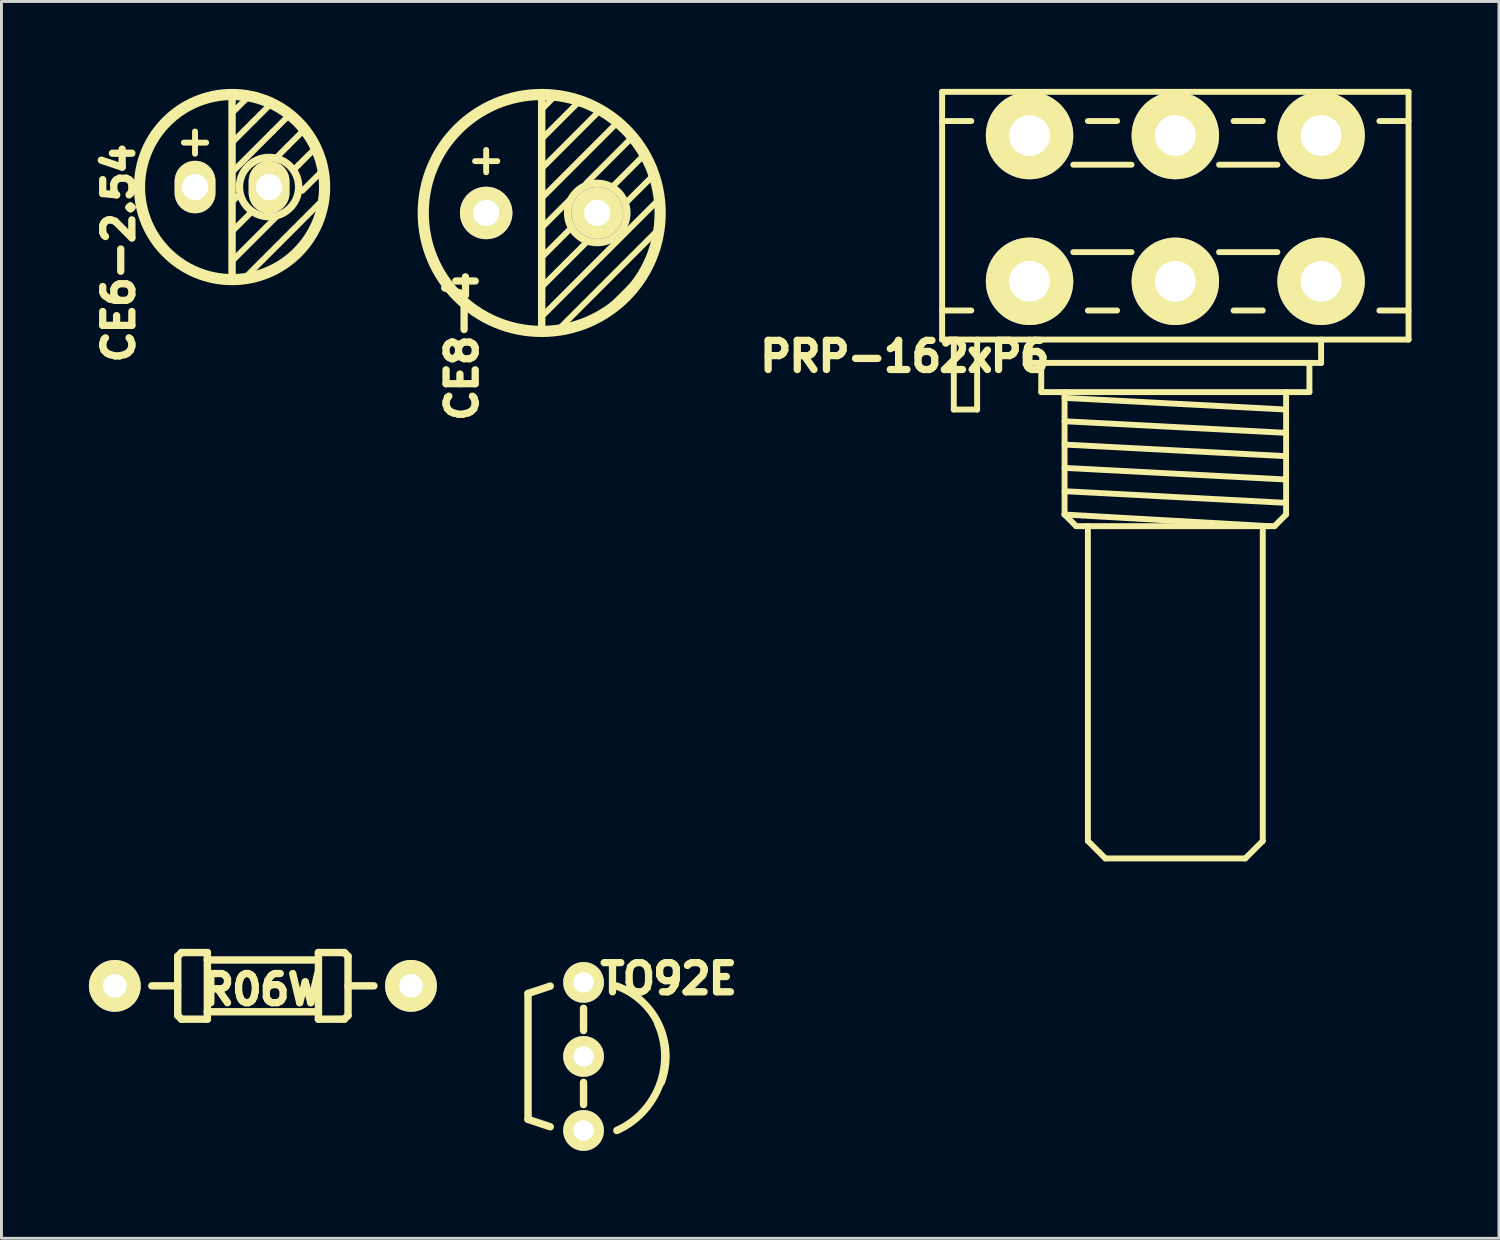
<source format=kicad_pcb>
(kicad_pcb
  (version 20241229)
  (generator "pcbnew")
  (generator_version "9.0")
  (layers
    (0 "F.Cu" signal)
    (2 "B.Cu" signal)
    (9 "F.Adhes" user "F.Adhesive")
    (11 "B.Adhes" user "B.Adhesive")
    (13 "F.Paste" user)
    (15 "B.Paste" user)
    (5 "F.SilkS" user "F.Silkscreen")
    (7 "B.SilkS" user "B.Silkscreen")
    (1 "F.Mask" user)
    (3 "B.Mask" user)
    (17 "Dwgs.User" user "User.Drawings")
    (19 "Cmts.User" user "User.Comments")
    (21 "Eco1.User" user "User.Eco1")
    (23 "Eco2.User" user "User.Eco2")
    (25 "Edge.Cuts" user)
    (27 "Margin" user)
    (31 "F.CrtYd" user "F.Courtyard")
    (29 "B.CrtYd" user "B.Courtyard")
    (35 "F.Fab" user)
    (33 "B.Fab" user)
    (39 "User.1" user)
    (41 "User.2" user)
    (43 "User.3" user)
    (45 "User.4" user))
  (footprint "TO92E"
    (layer "F.Cu")
    (at 16.97 33.193)
    (property "Reference" "TO92E" (at 2.921 -2.667 0) (layer "F.SilkS") (effects (font (size 1 1) (thickness 0.25))))
    (attr through_hole)
    (fp_line (start -1.905 -2.159) (end -1.905 2.159) (stroke (width 0.254) (type solid)) (layer "F.SilkS"))
    (fp_line (start -1.905 -2.159) (end -1.143 -2.413) (stroke (width 0.254) (type solid)) (layer "F.SilkS"))
    (fp_line (start -1.905 2.159) (end -1.143 2.413) (stroke (width 0.254) (type solid)) (layer "F.SilkS"))
    (fp_line (start 0 -1.651) (end 0 -0.889) (stroke (width 0.254) (type solid)) (layer "F.SilkS"))
    (fp_line (start 0 1.651) (end 0 0.889) (stroke (width 0.254) (type solid)) (layer "F.SilkS"))
    (fp_arc (start 1.143 -2.413) (mid 2.588867 -1.077631) (end 2.667 0.889) (stroke (width 0.254) (type solid)) (layer "F.SilkS"))
    (fp_arc (start 2.54 -1.143) (mid 2.604274 0.987828) (end 1.143 2.54) (stroke (width 0.254) (type solid)) (layer "F.SilkS"))
    (pad "1" thru_hole circle (at 0 -2.54) (size 1.397 1.397) (drill 0.701) (layers "*.Cu" "*.Mask" "F.SilkS"))
    (pad "2" thru_hole circle (at 0 0) (size 1.397 1.397) (drill 0.701) (layers "*.Cu" "*.Mask" "F.SilkS"))
    (pad "3" thru_hole circle (at 0 2.54) (size 1.397 1.397) (drill 0.701) (layers "*.Cu" "*.Mask" "F.SilkS")))
  (footprint "R06W"
    (layer "F.Cu")
    (at 5.969 30.772)
    (property "Reference" "R06W" (at 0 0.127 0) (layer "F.SilkS") (effects (font (size 1 1) (thickness 0.25))))
    (attr through_hole)
    (fp_line (start -2.921 -1.016) (end -2.921 1.016) (stroke (width 0.254) (type solid)) (layer "F.SilkS"))
    (fp_line (start -2.921 0) (end -3.81 0) (stroke (width 0.254) (type solid)) (layer "F.SilkS"))
    (fp_line (start -2.794 -1.143) (end -2.921 -1.016) (stroke (width 0.254) (type solid)) (layer "F.SilkS"))
    (fp_line (start -2.794 1.143) (end -2.921 1.016) (stroke (width 0.254) (type solid)) (layer "F.SilkS"))
    (fp_line (start -1.905 -1.143) (end -2.794 -1.143) (stroke (width 0.254) (type solid)) (layer "F.SilkS"))
    (fp_line (start -1.905 -0.889) (end -1.905 -1.143) (stroke (width 0.254) (type solid)) (layer "F.SilkS"))
    (fp_line (start -1.905 -0.889) (end -1.905 0.889) (stroke (width 0.254) (type solid)) (layer "F.SilkS"))
    (fp_line (start -1.905 0.889) (end -1.905 1.143) (stroke (width 0.254) (type solid)) (layer "F.SilkS"))
    (fp_line (start -1.905 0.889) (end 1.905 0.889) (stroke (width 0.254) (type solid)) (layer "F.SilkS"))
    (fp_line (start -1.905 1.143) (end -2.794 1.143) (stroke (width 0.254) (type solid)) (layer "F.SilkS"))
    (fp_line (start 1.905 -0.889) (end -1.905 -0.889) (stroke (width 0.254) (type solid)) (layer "F.SilkS"))
    (fp_line (start 1.905 -0.889) (end 1.905 -1.143) (stroke (width 0.254) (type solid)) (layer "F.SilkS"))
    (fp_line (start 1.905 -0.889) (end 1.905 0.889) (stroke (width 0.254) (type solid)) (layer "F.SilkS"))
    (fp_line (start 1.905 0.889) (end 1.905 1.143) (stroke (width 0.254) (type solid)) (layer "F.SilkS"))
    (fp_line (start 1.905 1.143) (end 2.794 1.143) (stroke (width 0.254) (type solid)) (layer "F.SilkS"))
    (fp_line (start 2.794 -1.143) (end 1.905 -1.143) (stroke (width 0.254) (type solid)) (layer "F.SilkS"))
    (fp_line (start 2.794 1.143) (end 2.921 1.016) (stroke (width 0.254) (type solid)) (layer "F.SilkS"))
    (fp_line (start 2.921 -1.016) (end 2.794 -1.143) (stroke (width 0.254) (type solid)) (layer "F.SilkS"))
    (fp_line (start 2.921 0) (end 3.81 0) (stroke (width 0.254) (type solid)) (layer "F.SilkS"))
    (fp_line (start 2.921 1.016) (end 2.921 -1.016) (stroke (width 0.254) (type solid)) (layer "F.SilkS"))
    (pad "1" thru_hole circle (at -5.08 0) (size 1.778 1.778) (drill 0.813) (layers "*.Cu" "*.Mask" "F.SilkS"))
    (pad "2" thru_hole circle (at 5.08 0) (size 1.778 1.778) (drill 0.813) (layers "*.Cu" "*.Mask" "F.SilkS")))
  (footprint "CE6-2.54"
    (layer "F.Cu")
    (at 4.911 3.367)
    (property "Reference" "CE6-2.54" (at -3.887 2.269 90) (layer "F.SilkS") (effects (font (size 1 1) (thickness 0.25))))
    (attr through_hole)
    (fp_line (start -1.651 -1.524) (end -0.889 -1.524) (stroke (width 0.203) (type solid)) (layer "F.SilkS"))
    (fp_line (start -1.27 -1.905) (end -1.27 -1.143) (stroke (width 0.203) (type solid)) (layer "F.SilkS"))
    (fp_line (start 0 -2.54) (end 0.508 -3.048) (stroke (width 0.203) (type solid)) (layer "F.SilkS"))
    (fp_line (start 0 -1.524) (end 0.762 -2.286) (stroke (width 0.203) (type solid)) (layer "F.SilkS"))
    (fp_line (start 0 -0.508) (end 1.397 -1.905) (stroke (width 0.203) (type solid)) (layer "F.SilkS"))
    (fp_line (start 0 0.508) (end 0.254 0.254) (stroke (width 0.203) (type solid)) (layer "F.SilkS"))
    (fp_line (start 0 1.524) (end 0.635 0.889) (stroke (width 0.203) (type solid)) (layer "F.SilkS"))
    (fp_line (start 0 2.54) (end 1.524 1.016) (stroke (width 0.203) (type solid)) (layer "F.SilkS"))
    (fp_line (start 0 3.175) (end 0 -3.175) (stroke (width 0.254) (type solid)) (layer "F.SilkS"))
    (fp_line (start 0.508 3.048) (end 3.048 0.508) (stroke (width 0.203) (type solid)) (layer "F.SilkS"))
    (fp_line (start 0.762 -2.286) (end 1.27 -2.794) (stroke (width 0.203) (type solid)) (layer "F.SilkS"))
    (fp_line (start 1.397 -1.905) (end 1.905 -2.413) (stroke (width 0.203) (type solid)) (layer "F.SilkS"))
    (fp_line (start 1.524 -1.016) (end 1.905 -1.397) (stroke (width 0.203) (type solid)) (layer "F.SilkS"))
    (fp_line (start 1.905 -1.397) (end 2.413 -1.905) (stroke (width 0.203) (type solid)) (layer "F.SilkS"))
    (fp_line (start 2.159 -0.635) (end 2.286 -0.762) (stroke (width 0.203) (type solid)) (layer "F.SilkS"))
    (fp_line (start 2.286 -0.762) (end 2.794 -1.27) (stroke (width 0.203) (type solid)) (layer "F.SilkS"))
    (fp_line (start 2.413 0.127) (end 3.048 -0.508) (stroke (width 0.203) (type solid)) (layer "F.SilkS"))
    (fp_circle (center 0 0) (end -3.175 0) (stroke (width 0.384) (type solid)) (fill no) (layer "F.SilkS"))
    (fp_circle (center 1.27 0) (end 2.286 0) (stroke (width 0.254) (type solid)) (fill no) (layer "F.SilkS"))
    (pad "1" thru_hole oval (at -1.27 0) (size 1.4 1.8) (drill 0.9) (layers "*.Cu" "*.Mask" "F.SilkS"))
    (pad "2" thru_hole oval (at 1.27 0) (size 1.4 1.8) (drill 0.9) (layers "*.Cu" "*.Mask" "F.SilkS")))
  (footprint "CE8-4"
    (layer "F.Cu")
    (at 15.534 4.256)
    (property "Reference" "CE8-4" (at -2.731 4.572 90) (layer "F.SilkS") (effects (font (size 1 1) (thickness 0.25))))
    (attr through_hole)
    (fp_line (start -2.286 -1.778) (end -1.524 -1.778) (stroke (width 0.203) (type solid)) (layer "F.SilkS"))
    (fp_line (start -1.905 -2.159) (end -1.905 -1.397) (stroke (width 0.203) (type solid)) (layer "F.SilkS"))
    (fp_line (start 0 -4.064) (end 0 4.064) (stroke (width 0.254) (type solid)) (layer "F.SilkS"))
    (fp_line (start 0 -3.556) (end 0.381 -3.937) (stroke (width 0.203) (type solid)) (layer "F.SilkS"))
    (fp_line (start 0 -2.54) (end 1.27 -3.81) (stroke (width 0.203) (type solid)) (layer "F.SilkS"))
    (fp_line (start 0 -1.524) (end 1.905 -3.429) (stroke (width 0.203) (type solid)) (layer "F.SilkS"))
    (fp_line (start 0 -0.508) (end 2.54 -3.048) (stroke (width 0.203) (type solid)) (layer "F.SilkS"))
    (fp_line (start 0 0.508) (end 1.016 -0.508) (stroke (width 0.203) (type solid)) (layer "F.SilkS"))
    (fp_line (start 0 1.524) (end 1.016 0.508) (stroke (width 0.203) (type solid)) (layer "F.SilkS"))
    (fp_line (start 0 2.54) (end 1.524 1.016) (stroke (width 0.203) (type solid)) (layer "F.SilkS"))
    (fp_line (start 0 3.556) (end 3.937 -0.381) (stroke (width 0.203) (type solid)) (layer "F.SilkS"))
    (fp_line (start 0.635 3.937) (end 3.937 0.635) (stroke (width 0.203) (type solid)) (layer "F.SilkS"))
    (fp_line (start 1.524 -1.016) (end 3.048 -2.54) (stroke (width 0.203) (type solid)) (layer "F.SilkS"))
    (fp_line (start 2.413 -0.889) (end 3.429 -1.905) (stroke (width 0.203) (type solid)) (layer "F.SilkS"))
    (fp_line (start 2.413 3.175) (end 3.175 2.413) (stroke (width 0.203) (type solid)) (layer "F.SilkS"))
    (fp_line (start 2.921 -0.381) (end 3.81 -1.27) (stroke (width 0.203) (type solid)) (layer "F.SilkS"))
    (fp_circle (center 0 0) (end -4.064 0) (stroke (width 0.384) (type solid)) (fill no) (layer "F.SilkS"))
    (fp_circle (center 1.905 0) (end 2.921 0) (stroke (width 0.254) (type solid)) (fill no) (layer "F.SilkS"))
    (pad "1" thru_hole circle (at -1.905 0) (size 1.8 1.8) (drill 0.9) (layers "*.Cu" "*.Mask" "F.SilkS"))
    (pad "2" thru_hole circle (at 1.905 0) (size 1.778 1.778) (drill 0.899) (layers "*.Cu" "*.Mask" "F.SilkS")))
  (footprint "PRP-162xP6"
    (layer "F.Cu")
    (at 37.272 6.601)
    (property "Reference" "PRP-162xP6" (at -9.279 2.576 0) (layer "F.SilkS") (effects (font (size 1 1) (thickness 0.25))))
    (attr through_hole)
    (fp_line (start -8.001 -6.5) (end -8.001 1.999) (stroke (width 0.203) (type solid)) (layer "F.SilkS"))
    (fp_line (start -8.001 -5.499) (end -7 -5.499) (stroke (width 0.203) (type solid)) (layer "F.SilkS"))
    (fp_line (start -8.001 1.999) (end 8.001 1.999) (stroke (width 0.203) (type solid)) (layer "F.SilkS"))
    (fp_line (start -7.6 4.399) (end -7.6 1.999) (stroke (width 0.203) (type solid)) (layer "F.SilkS"))
    (fp_line (start -7.6 4.399) (end -6.8 4.399) (stroke (width 0.203) (type solid)) (layer "F.SilkS"))
    (fp_line (start -7 1.001) (end -8.001 1.001) (stroke (width 0.203) (type solid)) (layer "F.SilkS"))
    (fp_line (start -6.8 4.399) (end -6.8 1.999) (stroke (width 0.203) (type solid)) (layer "F.SilkS"))
    (fp_line (start -5.001 1.999) (end -5.001 2.799) (stroke (width 0.203) (type solid)) (layer "F.SilkS"))
    (fp_line (start -5.001 2.799) (end 5.001 2.799) (stroke (width 0.203) (type solid)) (layer "F.SilkS"))
    (fp_line (start -4.6 2.799) (end -4.6 3.8) (stroke (width 0.203) (type solid)) (layer "F.SilkS"))
    (fp_line (start -4.6 3.8) (end 4.6 3.8) (stroke (width 0.203) (type solid)) (layer "F.SilkS"))
    (fp_line (start -3.8 8.001) (end -3.8 3.8) (stroke (width 0.203) (type solid)) (layer "F.SilkS"))
    (fp_line (start -3.8 8.001) (end 3.2 8.4) (stroke (width 0.203) (type solid)) (layer "F.SilkS"))
    (fp_line (start -3.5 -4) (end -1.501 -4) (stroke (width 0.203) (type solid)) (layer "F.SilkS"))
    (fp_line (start -3.401 8.4) (end -3.8 8.001) (stroke (width 0.203) (type solid)) (layer "F.SilkS"))
    (fp_line (start -3.401 8.4) (end 3.401 8.4) (stroke (width 0.203) (type solid)) (layer "F.SilkS"))
    (fp_line (start -3 -5.499) (end -1.999 -5.499) (stroke (width 0.203) (type solid)) (layer "F.SilkS"))
    (fp_line (start -3 19.2) (end -3 8.4) (stroke (width 0.203) (type solid)) (layer "F.SilkS"))
    (fp_line (start -3 19.2) (end -2.4 19.799) (stroke (width 0.203) (type solid)) (layer "F.SilkS"))
    (fp_line (start -1.999 1.001) (end -3 1.001) (stroke (width 0.203) (type solid)) (layer "F.SilkS"))
    (fp_line (start -1.501 -1.001) (end -3.5 -1.001) (stroke (width 0.203) (type solid)) (layer "F.SilkS"))
    (fp_line (start 1.501 -4) (end 3.5 -4) (stroke (width 0.203) (type solid)) (layer "F.SilkS"))
    (fp_line (start 1.999 -5.499) (end 3 -5.499) (stroke (width 0.203) (type solid)) (layer "F.SilkS"))
    (fp_line (start 2.4 19.799) (end -2.4 19.799) (stroke (width 0.203) (type solid)) (layer "F.SilkS"))
    (fp_line (start 3 1.001) (end 1.999 1.001) (stroke (width 0.203) (type solid)) (layer "F.SilkS"))
    (fp_line (start 3 19.2) (end 2.4 19.799) (stroke (width 0.203) (type solid)) (layer "F.SilkS"))
    (fp_line (start 3 19.2) (end 3 8.4) (stroke (width 0.203) (type solid)) (layer "F.SilkS"))
    (fp_line (start 3.401 8.4) (end 3.8 8.001) (stroke (width 0.203) (type solid)) (layer "F.SilkS"))
    (fp_line (start 3.5 -1.001) (end 1.501 -1.001) (stroke (width 0.203) (type solid)) (layer "F.SilkS"))
    (fp_line (start 3.8 4.399) (end -3.8 4) (stroke (width 0.203) (type solid)) (layer "F.SilkS"))
    (fp_line (start 3.8 5.199) (end -3.8 4.801) (stroke (width 0.203) (type solid)) (layer "F.SilkS"))
    (fp_line (start 3.8 5.999) (end -3.8 5.601) (stroke (width 0.203) (type solid)) (layer "F.SilkS"))
    (fp_line (start 3.8 6.8) (end -3.8 6.401) (stroke (width 0.203) (type solid)) (layer "F.SilkS"))
    (fp_line (start 3.8 7.6) (end -3.8 7.201) (stroke (width 0.203) (type solid)) (layer "F.SilkS"))
    (fp_line (start 3.8 8.001) (end 3.8 3.8) (stroke (width 0.203) (type solid)) (layer "F.SilkS"))
    (fp_line (start 4.6 2.799) (end 4.6 3.8) (stroke (width 0.203) (type solid)) (layer "F.SilkS"))
    (fp_line (start 5.001 2.799) (end 5.001 1.999) (stroke (width 0.203) (type solid)) (layer "F.SilkS"))
    (fp_line (start 7 -5.499) (end 8.001 -5.499) (stroke (width 0.203) (type solid)) (layer "F.SilkS"))
    (fp_line (start 8.001 -6.5) (end -8.001 -6.5) (stroke (width 0.203) (type solid)) (layer "F.SilkS"))
    (fp_line (start 8.001 -6.5) (end 8.001 1.999) (stroke (width 0.203) (type solid)) (layer "F.SilkS"))
    (fp_line (start 8.001 1.001) (end 7 1.001) (stroke (width 0.203) (type solid)) (layer "F.SilkS"))
    (pad "1" thru_hole circle (at -5.001 0) (size 3 3) (drill 1.4) (layers "*.Cu" "*.Mask" "F.SilkS"))
    (pad "2" thru_hole circle (at 0 0) (size 3 3) (drill 1.4) (layers "*.Cu" "*.Mask" "F.SilkS"))
    (pad "3" thru_hole circle (at 5.001 0) (size 3 3) (drill 1.4) (layers "*.Cu" "*.Mask" "F.SilkS"))
    (pad "4" thru_hole circle (at -5.001 -5.001) (size 3 3) (drill 1.4) (layers "*.Cu" "*.Mask" "F.SilkS"))
    (pad "5" thru_hole circle (at 0 -5.001) (size 3 3) (drill 1.4) (layers "*.Cu" "*.Mask" "F.SilkS"))
    (pad "6" thru_hole circle (at 5.001 -5.001) (size 3 3) (drill 1.4) (layers "*.Cu" "*.Mask" "F.SilkS")))
  (gr_rect
    (start -3 -3)
    (end 48.375 39.432)
    (stroke (width 0.1) (type default))
    (fill no)
    (layer "Edge.Cuts")))
</source>
